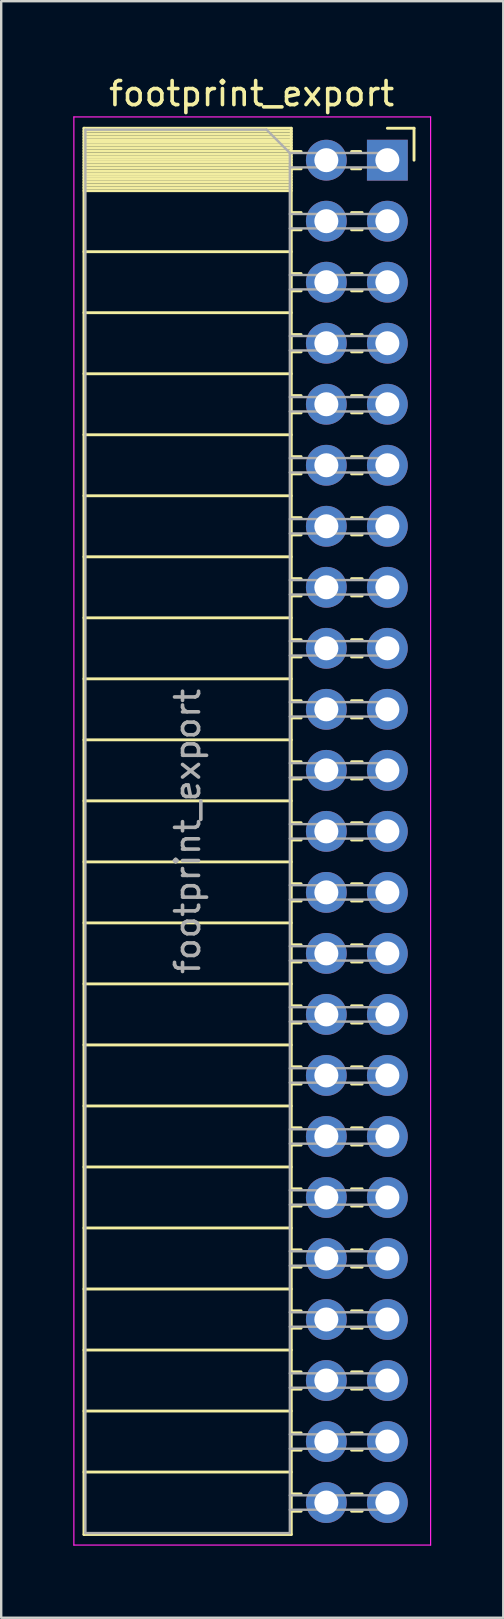
<source format=kicad_pcb>
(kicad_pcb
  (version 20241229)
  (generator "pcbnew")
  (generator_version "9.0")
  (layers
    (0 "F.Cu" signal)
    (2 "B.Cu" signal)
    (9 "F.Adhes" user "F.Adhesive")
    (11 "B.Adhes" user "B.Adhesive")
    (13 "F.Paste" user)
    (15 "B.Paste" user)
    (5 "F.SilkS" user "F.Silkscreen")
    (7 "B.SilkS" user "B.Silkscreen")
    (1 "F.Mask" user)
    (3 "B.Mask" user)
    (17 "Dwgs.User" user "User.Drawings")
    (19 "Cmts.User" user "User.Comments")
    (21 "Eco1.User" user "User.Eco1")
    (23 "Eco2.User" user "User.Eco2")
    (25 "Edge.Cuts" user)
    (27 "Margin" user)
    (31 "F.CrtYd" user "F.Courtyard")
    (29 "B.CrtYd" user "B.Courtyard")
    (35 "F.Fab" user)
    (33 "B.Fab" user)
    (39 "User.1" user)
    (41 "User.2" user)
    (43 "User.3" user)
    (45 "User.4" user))
  (footprint "footprint_export"
    (layer "F.Cu")
    (at 13.075 3.618)
    (property "Reference" "footprint_export" (at -5.65 -2.77 0) (layer "F.SilkS") (effects (font (size 1 1) (thickness 0.15))))
    (attr through_hole)
    (fp_line (start -12.63 -1.33) (end -12.63 57.21) (stroke (width 0.12) (type solid)) (layer "F.SilkS"))
    (fp_line (start -12.63 -1.33) (end -4 -1.33) (stroke (width 0.12) (type solid)) (layer "F.SilkS"))
    (fp_line (start -12.63 -1.21) (end -4 -1.21) (stroke (width 0.12) (type solid)) (layer "F.SilkS"))
    (fp_line (start -12.63 -1.092) (end -4 -1.092) (stroke (width 0.12) (type solid)) (layer "F.SilkS"))
    (fp_line (start -12.63 -0.974) (end -4 -0.974) (stroke (width 0.12) (type solid)) (layer "F.SilkS"))
    (fp_line (start -12.63 -0.856) (end -4 -0.856) (stroke (width 0.12) (type solid)) (layer "F.SilkS"))
    (fp_line (start -12.63 -0.738) (end -4 -0.738) (stroke (width 0.12) (type solid)) (layer "F.SilkS"))
    (fp_line (start -12.63 -0.62) (end -4 -0.62) (stroke (width 0.12) (type solid)) (layer "F.SilkS"))
    (fp_line (start -12.63 -0.501) (end -4 -0.501) (stroke (width 0.12) (type solid)) (layer "F.SilkS"))
    (fp_line (start -12.63 -0.383) (end -4 -0.383) (stroke (width 0.12) (type solid)) (layer "F.SilkS"))
    (fp_line (start -12.63 -0.265) (end -4 -0.265) (stroke (width 0.12) (type solid)) (layer "F.SilkS"))
    (fp_line (start -12.63 -0.147) (end -4 -0.147) (stroke (width 0.12) (type solid)) (layer "F.SilkS"))
    (fp_line (start -12.63 -0.029) (end -4 -0.029) (stroke (width 0.12) (type solid)) (layer "F.SilkS"))
    (fp_line (start -12.63 0.089) (end -4 0.089) (stroke (width 0.12) (type solid)) (layer "F.SilkS"))
    (fp_line (start -12.63 0.207) (end -4 0.207) (stroke (width 0.12) (type solid)) (layer "F.SilkS"))
    (fp_line (start -12.63 0.325) (end -4 0.325) (stroke (width 0.12) (type solid)) (layer "F.SilkS"))
    (fp_line (start -12.63 0.443) (end -4 0.443) (stroke (width 0.12) (type solid)) (layer "F.SilkS"))
    (fp_line (start -12.63 0.561) (end -4 0.561) (stroke (width 0.12) (type solid)) (layer "F.SilkS"))
    (fp_line (start -12.63 0.68) (end -4 0.68) (stroke (width 0.12) (type solid)) (layer "F.SilkS"))
    (fp_line (start -12.63 0.798) (end -4 0.798) (stroke (width 0.12) (type solid)) (layer "F.SilkS"))
    (fp_line (start -12.63 0.916) (end -4 0.916) (stroke (width 0.12) (type solid)) (layer "F.SilkS"))
    (fp_line (start -12.63 1.034) (end -4 1.034) (stroke (width 0.12) (type solid)) (layer "F.SilkS"))
    (fp_line (start -12.63 1.152) (end -4 1.152) (stroke (width 0.12) (type solid)) (layer "F.SilkS"))
    (fp_line (start -12.63 1.27) (end -4 1.27) (stroke (width 0.12) (type solid)) (layer "F.SilkS"))
    (fp_line (start -12.63 3.81) (end -4 3.81) (stroke (width 0.12) (type solid)) (layer "F.SilkS"))
    (fp_line (start -12.63 6.35) (end -4 6.35) (stroke (width 0.12) (type solid)) (layer "F.SilkS"))
    (fp_line (start -12.63 8.89) (end -4 8.89) (stroke (width 0.12) (type solid)) (layer "F.SilkS"))
    (fp_line (start -12.63 11.43) (end -4 11.43) (stroke (width 0.12) (type solid)) (layer "F.SilkS"))
    (fp_line (start -12.63 13.97) (end -4 13.97) (stroke (width 0.12) (type solid)) (layer "F.SilkS"))
    (fp_line (start -12.63 16.51) (end -4 16.51) (stroke (width 0.12) (type solid)) (layer "F.SilkS"))
    (fp_line (start -12.63 19.05) (end -4 19.05) (stroke (width 0.12) (type solid)) (layer "F.SilkS"))
    (fp_line (start -12.63 21.59) (end -4 21.59) (stroke (width 0.12) (type solid)) (layer "F.SilkS"))
    (fp_line (start -12.63 24.13) (end -4 24.13) (stroke (width 0.12) (type solid)) (layer "F.SilkS"))
    (fp_line (start -12.63 26.67) (end -4 26.67) (stroke (width 0.12) (type solid)) (layer "F.SilkS"))
    (fp_line (start -12.63 29.21) (end -4 29.21) (stroke (width 0.12) (type solid)) (layer "F.SilkS"))
    (fp_line (start -12.63 31.75) (end -4 31.75) (stroke (width 0.12) (type solid)) (layer "F.SilkS"))
    (fp_line (start -12.63 34.29) (end -4 34.29) (stroke (width 0.12) (type solid)) (layer "F.SilkS"))
    (fp_line (start -12.63 36.83) (end -4 36.83) (stroke (width 0.12) (type solid)) (layer "F.SilkS"))
    (fp_line (start -12.63 39.37) (end -4 39.37) (stroke (width 0.12) (type solid)) (layer "F.SilkS"))
    (fp_line (start -12.63 41.91) (end -4 41.91) (stroke (width 0.12) (type solid)) (layer "F.SilkS"))
    (fp_line (start -12.63 44.45) (end -4 44.45) (stroke (width 0.12) (type solid)) (layer "F.SilkS"))
    (fp_line (start -12.63 46.99) (end -4 46.99) (stroke (width 0.12) (type solid)) (layer "F.SilkS"))
    (fp_line (start -12.63 49.53) (end -4 49.53) (stroke (width 0.12) (type solid)) (layer "F.SilkS"))
    (fp_line (start -12.63 52.07) (end -4 52.07) (stroke (width 0.12) (type solid)) (layer "F.SilkS"))
    (fp_line (start -12.63 54.61) (end -4 54.61) (stroke (width 0.12) (type solid)) (layer "F.SilkS"))
    (fp_line (start -12.63 57.21) (end -4 57.21) (stroke (width 0.12) (type solid)) (layer "F.SilkS"))
    (fp_line (start -4 -1.33) (end -4 57.21) (stroke (width 0.12) (type solid)) (layer "F.SilkS"))
    (fp_line (start -4 -0.36) (end -3.59 -0.36) (stroke (width 0.12) (type solid)) (layer "F.SilkS"))
    (fp_line (start -4 0.36) (end -3.59 0.36) (stroke (width 0.12) (type solid)) (layer "F.SilkS"))
    (fp_line (start -4 2.18) (end -3.59 2.18) (stroke (width 0.12) (type solid)) (layer "F.SilkS"))
    (fp_line (start -4 2.9) (end -3.59 2.9) (stroke (width 0.12) (type solid)) (layer "F.SilkS"))
    (fp_line (start -4 4.72) (end -3.59 4.72) (stroke (width 0.12) (type solid)) (layer "F.SilkS"))
    (fp_line (start -4 5.44) (end -3.59 5.44) (stroke (width 0.12) (type solid)) (layer "F.SilkS"))
    (fp_line (start -4 7.26) (end -3.59 7.26) (stroke (width 0.12) (type solid)) (layer "F.SilkS"))
    (fp_line (start -4 7.98) (end -3.59 7.98) (stroke (width 0.12) (type solid)) (layer "F.SilkS"))
    (fp_line (start -4 9.8) (end -3.59 9.8) (stroke (width 0.12) (type solid)) (layer "F.SilkS"))
    (fp_line (start -4 10.52) (end -3.59 10.52) (stroke (width 0.12) (type solid)) (layer "F.SilkS"))
    (fp_line (start -4 12.34) (end -3.59 12.34) (stroke (width 0.12) (type solid)) (layer "F.SilkS"))
    (fp_line (start -4 13.06) (end -3.59 13.06) (stroke (width 0.12) (type solid)) (layer "F.SilkS"))
    (fp_line (start -4 14.88) (end -3.59 14.88) (stroke (width 0.12) (type solid)) (layer "F.SilkS"))
    (fp_line (start -4 15.6) (end -3.59 15.6) (stroke (width 0.12) (type solid)) (layer "F.SilkS"))
    (fp_line (start -4 17.42) (end -3.59 17.42) (stroke (width 0.12) (type solid)) (layer "F.SilkS"))
    (fp_line (start -4 18.14) (end -3.59 18.14) (stroke (width 0.12) (type solid)) (layer "F.SilkS"))
    (fp_line (start -4 19.96) (end -3.59 19.96) (stroke (width 0.12) (type solid)) (layer "F.SilkS"))
    (fp_line (start -4 20.68) (end -3.59 20.68) (stroke (width 0.12) (type solid)) (layer "F.SilkS"))
    (fp_line (start -4 22.5) (end -3.59 22.5) (stroke (width 0.12) (type solid)) (layer "F.SilkS"))
    (fp_line (start -4 23.22) (end -3.59 23.22) (stroke (width 0.12) (type solid)) (layer "F.SilkS"))
    (fp_line (start -4 25.04) (end -3.59 25.04) (stroke (width 0.12) (type solid)) (layer "F.SilkS"))
    (fp_line (start -4 25.76) (end -3.59 25.76) (stroke (width 0.12) (type solid)) (layer "F.SilkS"))
    (fp_line (start -4 27.58) (end -3.59 27.58) (stroke (width 0.12) (type solid)) (layer "F.SilkS"))
    (fp_line (start -4 28.3) (end -3.59 28.3) (stroke (width 0.12) (type solid)) (layer "F.SilkS"))
    (fp_line (start -4 30.12) (end -3.59 30.12) (stroke (width 0.12) (type solid)) (layer "F.SilkS"))
    (fp_line (start -4 30.84) (end -3.59 30.84) (stroke (width 0.12) (type solid)) (layer "F.SilkS"))
    (fp_line (start -4 32.66) (end -3.59 32.66) (stroke (width 0.12) (type solid)) (layer "F.SilkS"))
    (fp_line (start -4 33.38) (end -3.59 33.38) (stroke (width 0.12) (type solid)) (layer "F.SilkS"))
    (fp_line (start -4 35.2) (end -3.59 35.2) (stroke (width 0.12) (type solid)) (layer "F.SilkS"))
    (fp_line (start -4 35.92) (end -3.59 35.92) (stroke (width 0.12) (type solid)) (layer "F.SilkS"))
    (fp_line (start -4 37.74) (end -3.59 37.74) (stroke (width 0.12) (type solid)) (layer "F.SilkS"))
    (fp_line (start -4 38.46) (end -3.59 38.46) (stroke (width 0.12) (type solid)) (layer "F.SilkS"))
    (fp_line (start -4 40.28) (end -3.59 40.28) (stroke (width 0.12) (type solid)) (layer "F.SilkS"))
    (fp_line (start -4 41) (end -3.59 41) (stroke (width 0.12) (type solid)) (layer "F.SilkS"))
    (fp_line (start -4 42.82) (end -3.59 42.82) (stroke (width 0.12) (type solid)) (layer "F.SilkS"))
    (fp_line (start -4 43.54) (end -3.59 43.54) (stroke (width 0.12) (type solid)) (layer "F.SilkS"))
    (fp_line (start -4 45.36) (end -3.59 45.36) (stroke (width 0.12) (type solid)) (layer "F.SilkS"))
    (fp_line (start -4 46.08) (end -3.59 46.08) (stroke (width 0.12) (type solid)) (layer "F.SilkS"))
    (fp_line (start -4 47.9) (end -3.59 47.9) (stroke (width 0.12) (type solid)) (layer "F.SilkS"))
    (fp_line (start -4 48.62) (end -3.59 48.62) (stroke (width 0.12) (type solid)) (layer "F.SilkS"))
    (fp_line (start -4 50.44) (end -3.59 50.44) (stroke (width 0.12) (type solid)) (layer "F.SilkS"))
    (fp_line (start -4 51.16) (end -3.59 51.16) (stroke (width 0.12) (type solid)) (layer "F.SilkS"))
    (fp_line (start -4 52.98) (end -3.59 52.98) (stroke (width 0.12) (type solid)) (layer "F.SilkS"))
    (fp_line (start -4 53.7) (end -3.59 53.7) (stroke (width 0.12) (type solid)) (layer "F.SilkS"))
    (fp_line (start -4 55.52) (end -3.59 55.52) (stroke (width 0.12) (type solid)) (layer "F.SilkS"))
    (fp_line (start -4 56.24) (end -3.59 56.24) (stroke (width 0.12) (type solid)) (layer "F.SilkS"))
    (fp_line (start -1.49 -0.36) (end -1.11 -0.36) (stroke (width 0.12) (type solid)) (layer "F.SilkS"))
    (fp_line (start -1.49 0.36) (end -1.11 0.36) (stroke (width 0.12) (type solid)) (layer "F.SilkS"))
    (fp_line (start -1.49 2.18) (end -1.05 2.18) (stroke (width 0.12) (type solid)) (layer "F.SilkS"))
    (fp_line (start -1.49 2.9) (end -1.05 2.9) (stroke (width 0.12) (type solid)) (layer "F.SilkS"))
    (fp_line (start -1.49 4.72) (end -1.05 4.72) (stroke (width 0.12) (type solid)) (layer "F.SilkS"))
    (fp_line (start -1.49 5.44) (end -1.05 5.44) (stroke (width 0.12) (type solid)) (layer "F.SilkS"))
    (fp_line (start -1.49 7.26) (end -1.05 7.26) (stroke (width 0.12) (type solid)) (layer "F.SilkS"))
    (fp_line (start -1.49 7.98) (end -1.05 7.98) (stroke (width 0.12) (type solid)) (layer "F.SilkS"))
    (fp_line (start -1.49 9.8) (end -1.05 9.8) (stroke (width 0.12) (type solid)) (layer "F.SilkS"))
    (fp_line (start -1.49 10.52) (end -1.05 10.52) (stroke (width 0.12) (type solid)) (layer "F.SilkS"))
    (fp_line (start -1.49 12.34) (end -1.05 12.34) (stroke (width 0.12) (type solid)) (layer "F.SilkS"))
    (fp_line (start -1.49 13.06) (end -1.05 13.06) (stroke (width 0.12) (type solid)) (layer "F.SilkS"))
    (fp_line (start -1.49 14.88) (end -1.05 14.88) (stroke (width 0.12) (type solid)) (layer "F.SilkS"))
    (fp_line (start -1.49 15.6) (end -1.05 15.6) (stroke (width 0.12) (type solid)) (layer "F.SilkS"))
    (fp_line (start -1.49 17.42) (end -1.05 17.42) (stroke (width 0.12) (type solid)) (layer "F.SilkS"))
    (fp_line (start -1.49 18.14) (end -1.05 18.14) (stroke (width 0.12) (type solid)) (layer "F.SilkS"))
    (fp_line (start -1.49 19.96) (end -1.05 19.96) (stroke (width 0.12) (type solid)) (layer "F.SilkS"))
    (fp_line (start -1.49 20.68) (end -1.05 20.68) (stroke (width 0.12) (type solid)) (layer "F.SilkS"))
    (fp_line (start -1.49 22.5) (end -1.05 22.5) (stroke (width 0.12) (type solid)) (layer "F.SilkS"))
    (fp_line (start -1.49 23.22) (end -1.05 23.22) (stroke (width 0.12) (type solid)) (layer "F.SilkS"))
    (fp_line (start -1.49 25.04) (end -1.05 25.04) (stroke (width 0.12) (type solid)) (layer "F.SilkS"))
    (fp_line (start -1.49 25.76) (end -1.05 25.76) (stroke (width 0.12) (type solid)) (layer "F.SilkS"))
    (fp_line (start -1.49 27.58) (end -1.05 27.58) (stroke (width 0.12) (type solid)) (layer "F.SilkS"))
    (fp_line (start -1.49 28.3) (end -1.05 28.3) (stroke (width 0.12) (type solid)) (layer "F.SilkS"))
    (fp_line (start -1.49 30.12) (end -1.05 30.12) (stroke (width 0.12) (type solid)) (layer "F.SilkS"))
    (fp_line (start -1.49 30.84) (end -1.05 30.84) (stroke (width 0.12) (type solid)) (layer "F.SilkS"))
    (fp_line (start -1.49 32.66) (end -1.05 32.66) (stroke (width 0.12) (type solid)) (layer "F.SilkS"))
    (fp_line (start -1.49 33.38) (end -1.05 33.38) (stroke (width 0.12) (type solid)) (layer "F.SilkS"))
    (fp_line (start -1.49 35.2) (end -1.05 35.2) (stroke (width 0.12) (type solid)) (layer "F.SilkS"))
    (fp_line (start -1.49 35.92) (end -1.05 35.92) (stroke (width 0.12) (type solid)) (layer "F.SilkS"))
    (fp_line (start -1.49 37.74) (end -1.05 37.74) (stroke (width 0.12) (type solid)) (layer "F.SilkS"))
    (fp_line (start -1.49 38.46) (end -1.05 38.46) (stroke (width 0.12) (type solid)) (layer "F.SilkS"))
    (fp_line (start -1.49 40.28) (end -1.05 40.28) (stroke (width 0.12) (type solid)) (layer "F.SilkS"))
    (fp_line (start -1.49 41) (end -1.05 41) (stroke (width 0.12) (type solid)) (layer "F.SilkS"))
    (fp_line (start -1.49 42.82) (end -1.05 42.82) (stroke (width 0.12) (type solid)) (layer "F.SilkS"))
    (fp_line (start -1.49 43.54) (end -1.05 43.54) (stroke (width 0.12) (type solid)) (layer "F.SilkS"))
    (fp_line (start -1.49 45.36) (end -1.05 45.36) (stroke (width 0.12) (type solid)) (layer "F.SilkS"))
    (fp_line (start -1.49 46.08) (end -1.05 46.08) (stroke (width 0.12) (type solid)) (layer "F.SilkS"))
    (fp_line (start -1.49 47.9) (end -1.05 47.9) (stroke (width 0.12) (type solid)) (layer "F.SilkS"))
    (fp_line (start -1.49 48.62) (end -1.05 48.62) (stroke (width 0.12) (type solid)) (layer "F.SilkS"))
    (fp_line (start -1.49 50.44) (end -1.05 50.44) (stroke (width 0.12) (type solid)) (layer "F.SilkS"))
    (fp_line (start -1.49 51.16) (end -1.05 51.16) (stroke (width 0.12) (type solid)) (layer "F.SilkS"))
    (fp_line (start -1.49 52.98) (end -1.05 52.98) (stroke (width 0.12) (type solid)) (layer "F.SilkS"))
    (fp_line (start -1.49 53.7) (end -1.05 53.7) (stroke (width 0.12) (type solid)) (layer "F.SilkS"))
    (fp_line (start -1.49 55.52) (end -1.05 55.52) (stroke (width 0.12) (type solid)) (layer "F.SilkS"))
    (fp_line (start -1.49 56.24) (end -1.05 56.24) (stroke (width 0.12) (type solid)) (layer "F.SilkS"))
    (fp_line (start 0 -1.33) (end 1.11 -1.33) (stroke (width 0.12) (type solid)) (layer "F.SilkS"))
    (fp_line (start 1.11 -1.33) (end 1.11 0) (stroke (width 0.12) (type solid)) (layer "F.SilkS"))
    (fp_line (start -13.05 -1.8) (end -13.05 57.65) (stroke (width 0.05) (type solid)) (layer "F.CrtYd"))
    (fp_line (start -13.05 57.65) (end 1.8 57.65) (stroke (width 0.05) (type solid)) (layer "F.CrtYd"))
    (fp_line (start 1.8 -1.8) (end -13.05 -1.8) (stroke (width 0.05) (type solid)) (layer "F.CrtYd"))
    (fp_line (start 1.8 57.65) (end 1.8 -1.8) (stroke (width 0.05) (type solid)) (layer "F.CrtYd"))
    (fp_line (start -12.57 -1.27) (end -5.03 -1.27) (stroke (width 0.1) (type solid)) (layer "F.Fab"))
    (fp_line (start -12.57 57.15) (end -12.57 -1.27) (stroke (width 0.1) (type solid)) (layer "F.Fab"))
    (fp_line (start -5.03 -1.27) (end -4.06 -0.3) (stroke (width 0.1) (type solid)) (layer "F.Fab"))
    (fp_line (start -4.06 -0.3) (end -4.06 57.15) (stroke (width 0.1) (type solid)) (layer "F.Fab"))
    (fp_line (start -4.06 0.3) (end 0 0.3) (stroke (width 0.1) (type solid)) (layer "F.Fab"))
    (fp_line (start -4.06 2.84) (end 0 2.84) (stroke (width 0.1) (type solid)) (layer "F.Fab"))
    (fp_line (start -4.06 5.38) (end 0 5.38) (stroke (width 0.1) (type solid)) (layer "F.Fab"))
    (fp_line (start -4.06 7.92) (end 0 7.92) (stroke (width 0.1) (type solid)) (layer "F.Fab"))
    (fp_line (start -4.06 10.46) (end 0 10.46) (stroke (width 0.1) (type solid)) (layer "F.Fab"))
    (fp_line (start -4.06 13) (end 0 13) (stroke (width 0.1) (type solid)) (layer "F.Fab"))
    (fp_line (start -4.06 15.54) (end 0 15.54) (stroke (width 0.1) (type solid)) (layer "F.Fab"))
    (fp_line (start -4.06 18.08) (end 0 18.08) (stroke (width 0.1) (type solid)) (layer "F.Fab"))
    (fp_line (start -4.06 20.62) (end 0 20.62) (stroke (width 0.1) (type solid)) (layer "F.Fab"))
    (fp_line (start -4.06 23.16) (end 0 23.16) (stroke (width 0.1) (type solid)) (layer "F.Fab"))
    (fp_line (start -4.06 25.7) (end 0 25.7) (stroke (width 0.1) (type solid)) (layer "F.Fab"))
    (fp_line (start -4.06 28.24) (end 0 28.24) (stroke (width 0.1) (type solid)) (layer "F.Fab"))
    (fp_line (start -4.06 30.78) (end 0 30.78) (stroke (width 0.1) (type solid)) (layer "F.Fab"))
    (fp_line (start -4.06 33.32) (end 0 33.32) (stroke (width 0.1) (type solid)) (layer "F.Fab"))
    (fp_line (start -4.06 35.86) (end 0 35.86) (stroke (width 0.1) (type solid)) (layer "F.Fab"))
    (fp_line (start -4.06 38.4) (end 0 38.4) (stroke (width 0.1) (type solid)) (layer "F.Fab"))
    (fp_line (start -4.06 40.94) (end 0 40.94) (stroke (width 0.1) (type solid)) (layer "F.Fab"))
    (fp_line (start -4.06 43.48) (end 0 43.48) (stroke (width 0.1) (type solid)) (layer "F.Fab"))
    (fp_line (start -4.06 46.02) (end 0 46.02) (stroke (width 0.1) (type solid)) (layer "F.Fab"))
    (fp_line (start -4.06 48.56) (end 0 48.56) (stroke (width 0.1) (type solid)) (layer "F.Fab"))
    (fp_line (start -4.06 51.1) (end 0 51.1) (stroke (width 0.1) (type solid)) (layer "F.Fab"))
    (fp_line (start -4.06 53.64) (end 0 53.64) (stroke (width 0.1) (type solid)) (layer "F.Fab"))
    (fp_line (start -4.06 56.18) (end 0 56.18) (stroke (width 0.1) (type solid)) (layer "F.Fab"))
    (fp_line (start -4.06 57.15) (end -12.57 57.15) (stroke (width 0.1) (type solid)) (layer "F.Fab"))
    (fp_line (start 0 -0.3) (end -4.06 -0.3) (stroke (width 0.1) (type solid)) (layer "F.Fab"))
    (fp_line (start 0 0.3) (end 0 -0.3) (stroke (width 0.1) (type solid)) (layer "F.Fab"))
    (fp_line (start 0 2.24) (end -4.06 2.24) (stroke (width 0.1) (type solid)) (layer "F.Fab"))
    (fp_line (start 0 2.84) (end 0 2.24) (stroke (width 0.1) (type solid)) (layer "F.Fab"))
    (fp_line (start 0 4.78) (end -4.06 4.78) (stroke (width 0.1) (type solid)) (layer "F.Fab"))
    (fp_line (start 0 5.38) (end 0 4.78) (stroke (width 0.1) (type solid)) (layer "F.Fab"))
    (fp_line (start 0 7.32) (end -4.06 7.32) (stroke (width 0.1) (type solid)) (layer "F.Fab"))
    (fp_line (start 0 7.92) (end 0 7.32) (stroke (width 0.1) (type solid)) (layer "F.Fab"))
    (fp_line (start 0 9.86) (end -4.06 9.86) (stroke (width 0.1) (type solid)) (layer "F.Fab"))
    (fp_line (start 0 10.46) (end 0 9.86) (stroke (width 0.1) (type solid)) (layer "F.Fab"))
    (fp_line (start 0 12.4) (end -4.06 12.4) (stroke (width 0.1) (type solid)) (layer "F.Fab"))
    (fp_line (start 0 13) (end 0 12.4) (stroke (width 0.1) (type solid)) (layer "F.Fab"))
    (fp_line (start 0 14.94) (end -4.06 14.94) (stroke (width 0.1) (type solid)) (layer "F.Fab"))
    (fp_line (start 0 15.54) (end 0 14.94) (stroke (width 0.1) (type solid)) (layer "F.Fab"))
    (fp_line (start 0 17.48) (end -4.06 17.48) (stroke (width 0.1) (type solid)) (layer "F.Fab"))
    (fp_line (start 0 18.08) (end 0 17.48) (stroke (width 0.1) (type solid)) (layer "F.Fab"))
    (fp_line (start 0 20.02) (end -4.06 20.02) (stroke (width 0.1) (type solid)) (layer "F.Fab"))
    (fp_line (start 0 20.62) (end 0 20.02) (stroke (width 0.1) (type solid)) (layer "F.Fab"))
    (fp_line (start 0 22.56) (end -4.06 22.56) (stroke (width 0.1) (type solid)) (layer "F.Fab"))
    (fp_line (start 0 23.16) (end 0 22.56) (stroke (width 0.1) (type solid)) (layer "F.Fab"))
    (fp_line (start 0 25.1) (end -4.06 25.1) (stroke (width 0.1) (type solid)) (layer "F.Fab"))
    (fp_line (start 0 25.7) (end 0 25.1) (stroke (width 0.1) (type solid)) (layer "F.Fab"))
    (fp_line (start 0 27.64) (end -4.06 27.64) (stroke (width 0.1) (type solid)) (layer "F.Fab"))
    (fp_line (start 0 28.24) (end 0 27.64) (stroke (width 0.1) (type solid)) (layer "F.Fab"))
    (fp_line (start 0 30.18) (end -4.06 30.18) (stroke (width 0.1) (type solid)) (layer "F.Fab"))
    (fp_line (start 0 30.78) (end 0 30.18) (stroke (width 0.1) (type solid)) (layer "F.Fab"))
    (fp_line (start 0 32.72) (end -4.06 32.72) (stroke (width 0.1) (type solid)) (layer "F.Fab"))
    (fp_line (start 0 33.32) (end 0 32.72) (stroke (width 0.1) (type solid)) (layer "F.Fab"))
    (fp_line (start 0 35.26) (end -4.06 35.26) (stroke (width 0.1) (type solid)) (layer "F.Fab"))
    (fp_line (start 0 35.86) (end 0 35.26) (stroke (width 0.1) (type solid)) (layer "F.Fab"))
    (fp_line (start 0 37.8) (end -4.06 37.8) (stroke (width 0.1) (type solid)) (layer "F.Fab"))
    (fp_line (start 0 38.4) (end 0 37.8) (stroke (width 0.1) (type solid)) (layer "F.Fab"))
    (fp_line (start 0 40.34) (end -4.06 40.34) (stroke (width 0.1) (type solid)) (layer "F.Fab"))
    (fp_line (start 0 40.94) (end 0 40.34) (stroke (width 0.1) (type solid)) (layer "F.Fab"))
    (fp_line (start 0 42.88) (end -4.06 42.88) (stroke (width 0.1) (type solid)) (layer "F.Fab"))
    (fp_line (start 0 43.48) (end 0 42.88) (stroke (width 0.1) (type solid)) (layer "F.Fab"))
    (fp_line (start 0 45.42) (end -4.06 45.42) (stroke (width 0.1) (type solid)) (layer "F.Fab"))
    (fp_line (start 0 46.02) (end 0 45.42) (stroke (width 0.1) (type solid)) (layer "F.Fab"))
    (fp_line (start 0 47.96) (end -4.06 47.96) (stroke (width 0.1) (type solid)) (layer "F.Fab"))
    (fp_line (start 0 48.56) (end 0 47.96) (stroke (width 0.1) (type solid)) (layer "F.Fab"))
    (fp_line (start 0 50.5) (end -4.06 50.5) (stroke (width 0.1) (type solid)) (layer "F.Fab"))
    (fp_line (start 0 51.1) (end 0 50.5) (stroke (width 0.1) (type solid)) (layer "F.Fab"))
    (fp_line (start 0 53.04) (end -4.06 53.04) (stroke (width 0.1) (type solid)) (layer "F.Fab"))
    (fp_line (start 0 53.64) (end 0 53.04) (stroke (width 0.1) (type solid)) (layer "F.Fab"))
    (fp_line (start 0 55.58) (end -4.06 55.58) (stroke (width 0.1) (type solid)) (layer "F.Fab"))
    (fp_line (start 0 56.18) (end 0 55.58) (stroke (width 0.1) (type solid)) (layer "F.Fab"))
    (fp_text user "${REFERENCE}" (at -8.315 27.94 90) (layer "F.Fab") (effects (font (size 1 1) (thickness 0.15))))
    (pad "1" thru_hole rect (at 0 0) (size 1.7 1.7) (drill 1) (layers "*.Cu" "*.Mask"))
    (pad "2" thru_hole oval (at -2.54 0) (size 1.7 1.7) (drill 1) (layers "*.Cu" "*.Mask"))
    (pad "3" thru_hole oval (at 0 2.54) (size 1.7 1.7) (drill 1) (layers "*.Cu" "*.Mask"))
    (pad "4" thru_hole oval (at -2.54 2.54) (size 1.7 1.7) (drill 1) (layers "*.Cu" "*.Mask"))
    (pad "5" thru_hole oval (at 0 5.08) (size 1.7 1.7) (drill 1) (layers "*.Cu" "*.Mask"))
    (pad "6" thru_hole oval (at -2.54 5.08) (size 1.7 1.7) (drill 1) (layers "*.Cu" "*.Mask"))
    (pad "7" thru_hole oval (at 0 7.62) (size 1.7 1.7) (drill 1) (layers "*.Cu" "*.Mask"))
    (pad "8" thru_hole oval (at -2.54 7.62) (size 1.7 1.7) (drill 1) (layers "*.Cu" "*.Mask"))
    (pad "9" thru_hole oval (at 0 10.16) (size 1.7 1.7) (drill 1) (layers "*.Cu" "*.Mask"))
    (pad "10" thru_hole oval (at -2.54 10.16) (size 1.7 1.7) (drill 1) (layers "*.Cu" "*.Mask"))
    (pad "11" thru_hole oval (at 0 12.7) (size 1.7 1.7) (drill 1) (layers "*.Cu" "*.Mask"))
    (pad "12" thru_hole oval (at -2.54 12.7) (size 1.7 1.7) (drill 1) (layers "*.Cu" "*.Mask"))
    (pad "13" thru_hole oval (at 0 15.24) (size 1.7 1.7) (drill 1) (layers "*.Cu" "*.Mask"))
    (pad "14" thru_hole oval (at -2.54 15.24) (size 1.7 1.7) (drill 1) (layers "*.Cu" "*.Mask"))
    (pad "15" thru_hole oval (at 0 17.78) (size 1.7 1.7) (drill 1) (layers "*.Cu" "*.Mask"))
    (pad "16" thru_hole oval (at -2.54 17.78) (size 1.7 1.7) (drill 1) (layers "*.Cu" "*.Mask"))
    (pad "17" thru_hole oval (at 0 20.32) (size 1.7 1.7) (drill 1) (layers "*.Cu" "*.Mask"))
    (pad "18" thru_hole oval (at -2.54 20.32) (size 1.7 1.7) (drill 1) (layers "*.Cu" "*.Mask"))
    (pad "19" thru_hole oval (at 0 22.86) (size 1.7 1.7) (drill 1) (layers "*.Cu" "*.Mask"))
    (pad "20" thru_hole oval (at -2.54 22.86) (size 1.7 1.7) (drill 1) (layers "*.Cu" "*.Mask"))
    (pad "21" thru_hole oval (at 0 25.4) (size 1.7 1.7) (drill 1) (layers "*.Cu" "*.Mask"))
    (pad "22" thru_hole oval (at -2.54 25.4) (size 1.7 1.7) (drill 1) (layers "*.Cu" "*.Mask"))
    (pad "23" thru_hole oval (at 0 27.94) (size 1.7 1.7) (drill 1) (layers "*.Cu" "*.Mask"))
    (pad "24" thru_hole oval (at -2.54 27.94) (size 1.7 1.7) (drill 1) (layers "*.Cu" "*.Mask"))
    (pad "25" thru_hole oval (at 0 30.48) (size 1.7 1.7) (drill 1) (layers "*.Cu" "*.Mask"))
    (pad "26" thru_hole oval (at -2.54 30.48) (size 1.7 1.7) (drill 1) (layers "*.Cu" "*.Mask"))
    (pad "27" thru_hole oval (at 0 33.02) (size 1.7 1.7) (drill 1) (layers "*.Cu" "*.Mask"))
    (pad "28" thru_hole oval (at -2.54 33.02) (size 1.7 1.7) (drill 1) (layers "*.Cu" "*.Mask"))
    (pad "29" thru_hole oval (at 0 35.56) (size 1.7 1.7) (drill 1) (layers "*.Cu" "*.Mask"))
    (pad "30" thru_hole oval (at -2.54 35.56) (size 1.7 1.7) (drill 1) (layers "*.Cu" "*.Mask"))
    (pad "31" thru_hole oval (at 0 38.1) (size 1.7 1.7) (drill 1) (layers "*.Cu" "*.Mask"))
    (pad "32" thru_hole oval (at -2.54 38.1) (size 1.7 1.7) (drill 1) (layers "*.Cu" "*.Mask"))
    (pad "33" thru_hole oval (at 0 40.64) (size 1.7 1.7) (drill 1) (layers "*.Cu" "*.Mask"))
    (pad "34" thru_hole oval (at -2.54 40.64) (size 1.7 1.7) (drill 1) (layers "*.Cu" "*.Mask"))
    (pad "35" thru_hole oval (at 0 43.18) (size 1.7 1.7) (drill 1) (layers "*.Cu" "*.Mask"))
    (pad "36" thru_hole oval (at -2.54 43.18) (size 1.7 1.7) (drill 1) (layers "*.Cu" "*.Mask"))
    (pad "37" thru_hole oval (at 0 45.72) (size 1.7 1.7) (drill 1) (layers "*.Cu" "*.Mask"))
    (pad "38" thru_hole oval (at -2.54 45.72) (size 1.7 1.7) (drill 1) (layers "*.Cu" "*.Mask"))
    (pad "39" thru_hole oval (at 0 48.26) (size 1.7 1.7) (drill 1) (layers "*.Cu" "*.Mask"))
    (pad "40" thru_hole oval (at -2.54 48.26) (size 1.7 1.7) (drill 1) (layers "*.Cu" "*.Mask"))
    (pad "41" thru_hole oval (at 0 50.8) (size 1.7 1.7) (drill 1) (layers "*.Cu" "*.Mask"))
    (pad "42" thru_hole oval (at -2.54 50.8) (size 1.7 1.7) (drill 1) (layers "*.Cu" "*.Mask"))
    (pad "43" thru_hole oval (at 0 53.34) (size 1.7 1.7) (drill 1) (layers "*.Cu" "*.Mask"))
    (pad "44" thru_hole oval (at -2.54 53.34) (size 1.7 1.7) (drill 1) (layers "*.Cu" "*.Mask"))
    (pad "45" thru_hole oval (at 0 55.88) (size 1.7 1.7) (drill 1) (layers "*.Cu" "*.Mask"))
    (pad "46" thru_hole oval (at -2.54 55.88) (size 1.7 1.7) (drill 1) (layers "*.Cu" "*.Mask")))
  (gr_rect
    (start -3 -3)
    (end 17.9 64.293)
    (stroke (width 0.1) (type default))
    (fill no)
    (layer "Edge.Cuts")))
</source>
